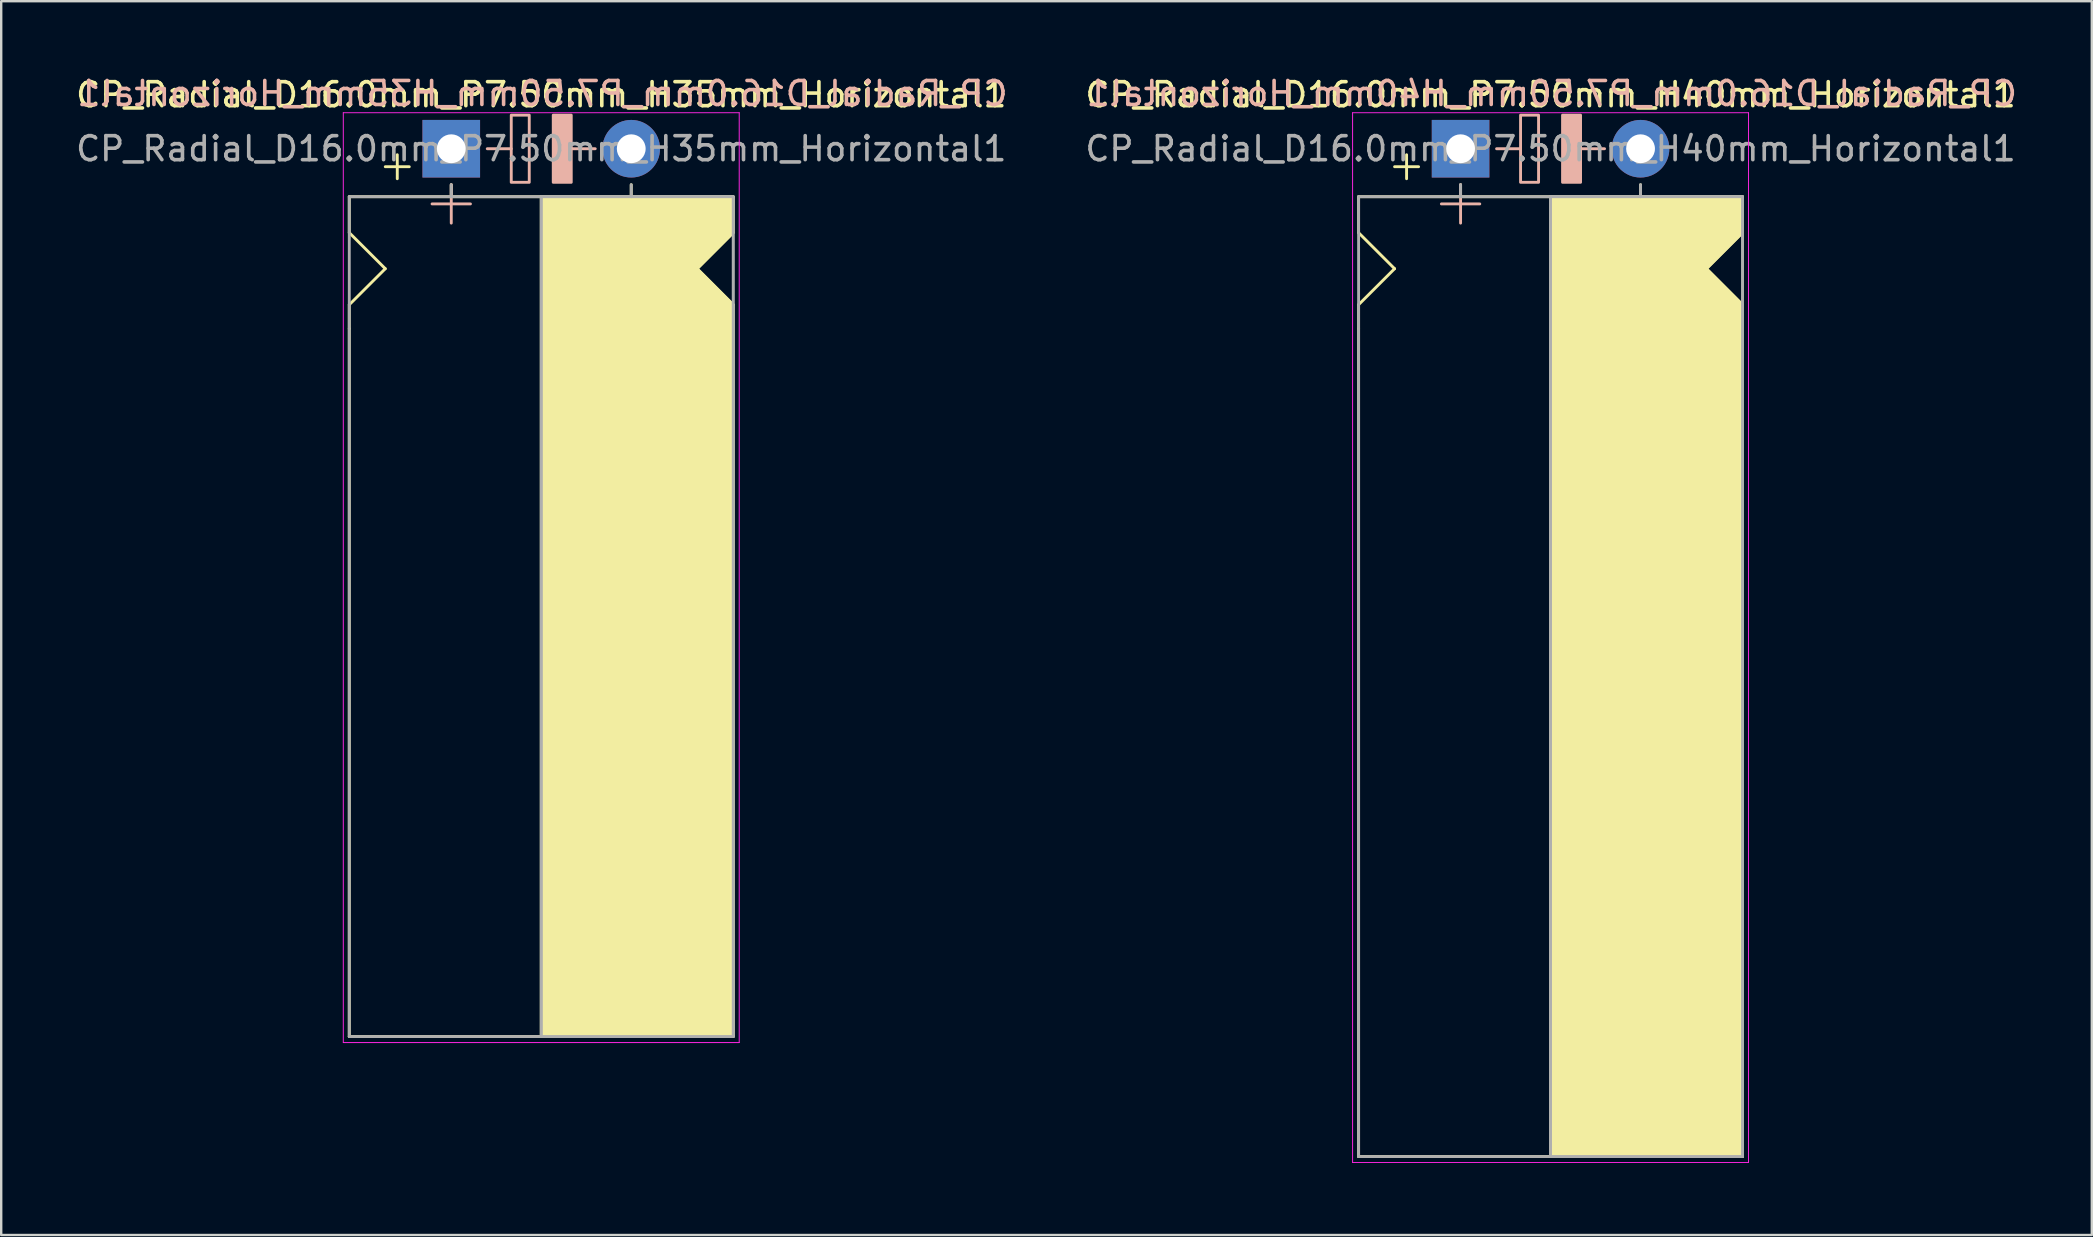
<source format=kicad_pcb>
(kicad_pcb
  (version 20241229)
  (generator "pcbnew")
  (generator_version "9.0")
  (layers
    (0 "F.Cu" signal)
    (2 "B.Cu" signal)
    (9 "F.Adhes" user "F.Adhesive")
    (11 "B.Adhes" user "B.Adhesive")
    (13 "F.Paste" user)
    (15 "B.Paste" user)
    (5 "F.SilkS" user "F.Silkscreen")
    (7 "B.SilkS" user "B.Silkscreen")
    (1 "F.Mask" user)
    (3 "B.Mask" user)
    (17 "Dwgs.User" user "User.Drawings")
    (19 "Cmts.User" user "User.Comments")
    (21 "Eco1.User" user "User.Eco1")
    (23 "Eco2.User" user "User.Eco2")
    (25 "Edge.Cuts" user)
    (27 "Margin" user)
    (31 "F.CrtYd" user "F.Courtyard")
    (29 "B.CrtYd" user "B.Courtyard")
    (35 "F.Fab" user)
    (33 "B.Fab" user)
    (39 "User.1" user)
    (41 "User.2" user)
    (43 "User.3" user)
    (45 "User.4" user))
  (footprint "CP_Radial_D16.0mm_P7.50mm_H40mm_Horizontal1"
    (layer "F.Cu")
    (at 57.818 3.148)
    (property "Reference" "CP_Radial_D16.0mm_P7.50mm_H40mm_Horizontal1" (at 3.75 -2.25 0) (layer "F.SilkS") (effects (font (size 1 1) (thickness 0.15))))
    (fp_line (start -4.25 2) (end -4.25 3.5) (stroke (width 0.12) (type solid)) (layer "F.SilkS"))
    (fp_line (start -4.25 3.5) (end -2.75 5) (stroke (width 0.12) (type solid)) (layer "F.SilkS"))
    (fp_line (start -4.25 6.5) (end -4.25 7.5) (stroke (width 0.12) (type solid)) (layer "F.SilkS"))
    (fp_line (start -4.25 7.5) (end -4.25 42) (stroke (width 0.12) (type solid)) (layer "F.SilkS"))
    (fp_line (start -2.75 5) (end -4.25 6.5) (stroke (width 0.12) (type solid)) (layer "F.SilkS"))
    (fp_line (start -2.25 0.25) (end -2.25 1.25) (stroke (width 0.12) (type solid)) (layer "F.SilkS"))
    (fp_line (start -1.75 0.75) (end -2.75 0.75) (stroke (width 0.12) (type solid)) (layer "F.SilkS"))
    (fp_line (start 0 1.5) (end 0 2) (stroke (width 0.12) (type solid)) (layer "F.SilkS"))
    (fp_line (start 3.75 2) (end -4.25 2) (stroke (width 0.12) (type solid)) (layer "F.SilkS"))
    (fp_line (start 3.75 2) (end 3.75 42) (stroke (width 0.12) (type solid)) (layer "F.SilkS"))
    (fp_line (start 3.75 2) (end 11.75 2) (stroke (width 0.12) (type solid)) (layer "F.SilkS"))
    (fp_line (start 7.5 1.5) (end 7.5 2) (stroke (width 0.12) (type solid)) (layer "F.SilkS"))
    (fp_line (start 10.25 5) (end 11.75 6.5) (stroke (width 0.12) (type solid)) (layer "F.SilkS"))
    (fp_line (start 11.75 2) (end 11.75 3.5) (stroke (width 0.12) (type solid)) (layer "F.SilkS"))
    (fp_line (start 11.75 3.5) (end 10.25 5) (stroke (width 0.12) (type solid)) (layer "F.SilkS"))
    (fp_line (start 11.75 42) (end -4.25 42) (stroke (width 0.12) (type solid)) (layer "F.SilkS"))
    (fp_line (start 11.75 42) (end 11.75 6.5) (stroke (width 0.12) (type solid)) (layer "F.SilkS"))
    (fp_poly (pts (xy 11.75 3.5) (xy 10.25 5) (xy 11.75 6.5) (xy 11.75 42) (xy 3.75 42) (xy 3.75 2) (xy 11.75 2)) (stroke (width 0.1) (type solid)) (fill yes) (layer "F.SilkS"))
    (fp_line (start 0 1.5) (end 0 3.1) (stroke (width 0.12) (type solid)) (layer "B.SilkS"))
    (fp_line (start 0.8 2.3) (end -0.8 2.3) (stroke (width 0.12) (type solid)) (layer "B.SilkS"))
    (fp_line (start 2.5 0) (end 1.5 0) (stroke (width 0.12) (type solid)) (layer "B.SilkS"))
    (fp_line (start 6 0) (end 5 0) (stroke (width 0.12) (type solid)) (layer "B.SilkS"))
    (fp_rect (start 2.5 -1.4) (end 3.25 1.4) (stroke (width 0.12) (type solid)) (fill no) (layer "B.SilkS"))
    (fp_rect (start 4.25 -1.4) (end 5 1.4) (stroke (width 0.12) (type solid)) (fill yes) (layer "B.SilkS"))
    (fp_line (start -4.5 -1.5) (end 12 -1.5) (stroke (width 0.04) (type solid)) (layer "F.CrtYd"))
    (fp_line (start -4.5 42.25) (end -4.5 -1.5) (stroke (width 0.04) (type solid)) (layer "F.CrtYd"))
    (fp_line (start 12 -1.5) (end 12 42.25) (stroke (width 0.04) (type solid)) (layer "F.CrtYd"))
    (fp_line (start 12 42.25) (end -4.5 42.25) (stroke (width 0.04) (type solid)) (layer "F.CrtYd"))
    (fp_line (start -4.25 2) (end -4.25 42) (stroke (width 0.12) (type solid)) (layer "F.Fab"))
    (fp_line (start -4.25 42) (end 11.75 42) (stroke (width 0.12) (type solid)) (layer "F.Fab"))
    (fp_line (start 0 1.5) (end 0 2) (stroke (width 0.12) (type solid)) (layer "F.Fab"))
    (fp_line (start 0 2) (end -4.25 2) (stroke (width 0.12) (type solid)) (layer "F.Fab"))
    (fp_line (start 3.75 2) (end 3.75 42) (stroke (width 0.12) (type solid)) (layer "F.Fab"))
    (fp_line (start 7.5 1.5) (end 7.5 2) (stroke (width 0.12) (type solid)) (layer "F.Fab"))
    (fp_line (start 11.75 2) (end 0 2) (stroke (width 0.12) (type solid)) (layer "F.Fab"))
    (fp_line (start 11.75 42) (end 11.75 2) (stroke (width 0.12) (type solid)) (layer "F.Fab"))
    (fp_poly (pts (xy 11.75 42) (xy 3.75 42) (xy 3.75 2) (xy 11.75 2)) (stroke (width 0.1) (type solid)) (fill no) (layer "F.Fab"))
    (fp_text user "${REFERENCE}" (at 3.8 -2.3 0) (layer "B.SilkS") (effects (font (size 1 1) (thickness 0.15)) (justify mirror)))
    (fp_text user "${REFERENCE}" (at 3.75 0 0) (layer "F.Fab") (effects (font (size 1 1) (thickness 0.15))))
    (pad "1" thru_hole rect (at 0 0) (size 2.4 2.4) (drill 1.2) (layers "*.Cu" "*.Mask"))
    (pad "2" thru_hole circle (at 7.5 0) (size 2.4 2.4) (drill 1.2) (layers "*.Cu" "*.Mask")))
  (footprint "CP_Radial_D16.0mm_P7.50mm_H35mm_Horizontal1"
    (layer "F.Cu")
    (at 15.756 3.148)
    (property "Reference" "CP_Radial_D16.0mm_P7.50mm_H35mm_Horizontal1" (at 3.75 -2.25 0) (layer "F.SilkS") (effects (font (size 1 1) (thickness 0.15))))
    (fp_line (start -4.25 2) (end -4.25 3.5) (stroke (width 0.12) (type solid)) (layer "F.SilkS"))
    (fp_line (start -4.25 3.5) (end -2.75 5) (stroke (width 0.12) (type solid)) (layer "F.SilkS"))
    (fp_line (start -4.25 6.5) (end -4.25 7.5) (stroke (width 0.12) (type solid)) (layer "F.SilkS"))
    (fp_line (start -4.25 7.5) (end -4.25 37) (stroke (width 0.12) (type solid)) (layer "F.SilkS"))
    (fp_line (start -2.75 5) (end -4.25 6.5) (stroke (width 0.12) (type solid)) (layer "F.SilkS"))
    (fp_line (start -2.25 0.25) (end -2.25 1.25) (stroke (width 0.12) (type solid)) (layer "F.SilkS"))
    (fp_line (start -1.75 0.75) (end -2.75 0.75) (stroke (width 0.12) (type solid)) (layer "F.SilkS"))
    (fp_line (start 0 1.5) (end 0 2) (stroke (width 0.12) (type solid)) (layer "F.SilkS"))
    (fp_line (start 3.75 2) (end -4.25 2) (stroke (width 0.12) (type solid)) (layer "F.SilkS"))
    (fp_line (start 3.75 2) (end 3.75 37) (stroke (width 0.12) (type solid)) (layer "F.SilkS"))
    (fp_line (start 3.75 2) (end 11.75 2) (stroke (width 0.12) (type solid)) (layer "F.SilkS"))
    (fp_line (start 7.5 1.5) (end 7.5 2) (stroke (width 0.12) (type solid)) (layer "F.SilkS"))
    (fp_line (start 10.25 5) (end 11.75 6.5) (stroke (width 0.12) (type solid)) (layer "F.SilkS"))
    (fp_line (start 11.75 2) (end 11.75 3.5) (stroke (width 0.12) (type solid)) (layer "F.SilkS"))
    (fp_line (start 11.75 3.5) (end 10.25 5) (stroke (width 0.12) (type solid)) (layer "F.SilkS"))
    (fp_line (start 11.75 37) (end -4.25 37) (stroke (width 0.12) (type solid)) (layer "F.SilkS"))
    (fp_line (start 11.75 37) (end 11.75 6.5) (stroke (width 0.12) (type solid)) (layer "F.SilkS"))
    (fp_poly (pts (xy 11.75 3.5) (xy 10.25 5) (xy 11.75 6.5) (xy 11.75 37) (xy 3.75 37) (xy 3.75 2) (xy 11.75 2)) (stroke (width 0.1) (type solid)) (fill yes) (layer "F.SilkS"))
    (fp_line (start 0 1.5) (end 0 3.1) (stroke (width 0.12) (type solid)) (layer "B.SilkS"))
    (fp_line (start 0.8 2.3) (end -0.8 2.3) (stroke (width 0.12) (type solid)) (layer "B.SilkS"))
    (fp_line (start 2.5 0) (end 1.5 0) (stroke (width 0.12) (type solid)) (layer "B.SilkS"))
    (fp_line (start 6 0) (end 5 0) (stroke (width 0.12) (type solid)) (layer "B.SilkS"))
    (fp_rect (start 2.5 -1.4) (end 3.25 1.4) (stroke (width 0.12) (type solid)) (fill no) (layer "B.SilkS"))
    (fp_rect (start 4.25 -1.4) (end 5 1.4) (stroke (width 0.12) (type solid)) (fill yes) (layer "B.SilkS"))
    (fp_line (start -4.5 -1.5) (end 12 -1.5) (stroke (width 0.04) (type solid)) (layer "F.CrtYd"))
    (fp_line (start -4.5 37.25) (end -4.5 -1.5) (stroke (width 0.04) (type solid)) (layer "F.CrtYd"))
    (fp_line (start 12 -1.5) (end 12 37.25) (stroke (width 0.04) (type solid)) (layer "F.CrtYd"))
    (fp_line (start 12 37.25) (end -4.5 37.25) (stroke (width 0.04) (type solid)) (layer "F.CrtYd"))
    (fp_line (start -4.25 2) (end -4.25 37) (stroke (width 0.12) (type solid)) (layer "F.Fab"))
    (fp_line (start -4.25 37) (end 11.75 37) (stroke (width 0.12) (type solid)) (layer "F.Fab"))
    (fp_line (start 0 1.5) (end 0 2) (stroke (width 0.12) (type solid)) (layer "F.Fab"))
    (fp_line (start 0 2) (end -4.25 2) (stroke (width 0.12) (type solid)) (layer "F.Fab"))
    (fp_line (start 3.75 2) (end 3.75 37) (stroke (width 0.12) (type solid)) (layer "F.Fab"))
    (fp_line (start 7.5 1.5) (end 7.5 2) (stroke (width 0.12) (type solid)) (layer "F.Fab"))
    (fp_line (start 11.75 2) (end 0 2) (stroke (width 0.12) (type solid)) (layer "F.Fab"))
    (fp_line (start 11.75 37) (end 11.75 2) (stroke (width 0.12) (type solid)) (layer "F.Fab"))
    (fp_poly (pts (xy 11.75 37) (xy 3.75 37) (xy 3.75 2) (xy 11.75 2)) (stroke (width 0.1) (type solid)) (fill no) (layer "F.Fab"))
    (fp_text user "${REFERENCE}" (at 3.8 -2.3 0) (layer "B.SilkS") (effects (font (size 1 1) (thickness 0.15)) (justify mirror)))
    (fp_text user "${REFERENCE}" (at 3.75 0 0) (layer "F.Fab") (effects (font (size 1 1) (thickness 0.15))))
    (pad "1" thru_hole rect (at 0 0) (size 2.4 2.4) (drill 1.2) (layers "*.Cu" "*.Mask"))
    (pad "2" thru_hole circle (at 7.5 0) (size 2.4 2.4) (drill 1.2) (layers "*.Cu" "*.Mask")))
  (gr_rect
    (start -3 -3)
    (end 84.124 48.418)
    (stroke (width 0.1) (type default))
    (fill no)
    (layer "Edge.Cuts")))
</source>
